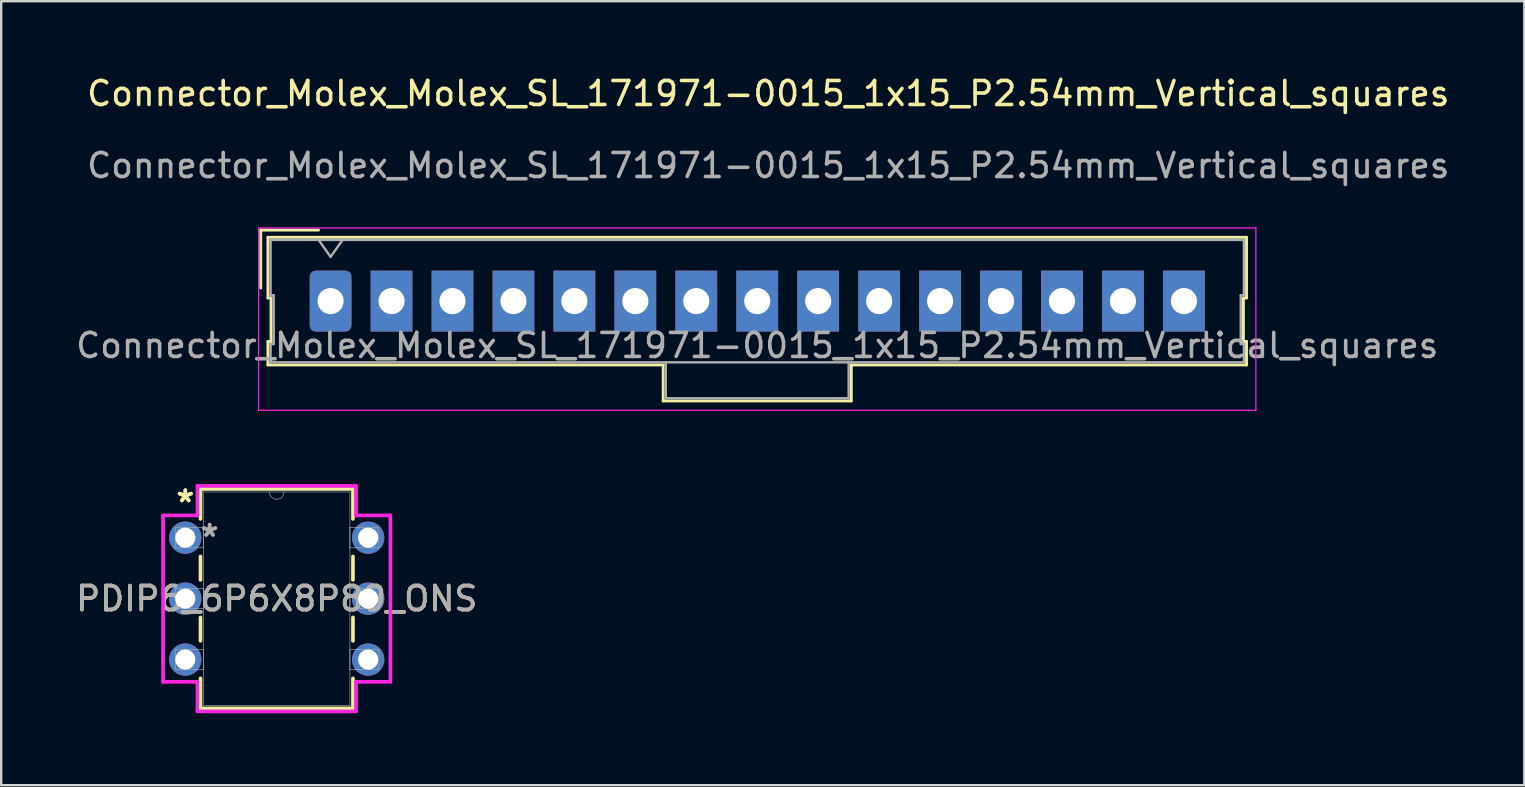
<source format=kicad_pcb>
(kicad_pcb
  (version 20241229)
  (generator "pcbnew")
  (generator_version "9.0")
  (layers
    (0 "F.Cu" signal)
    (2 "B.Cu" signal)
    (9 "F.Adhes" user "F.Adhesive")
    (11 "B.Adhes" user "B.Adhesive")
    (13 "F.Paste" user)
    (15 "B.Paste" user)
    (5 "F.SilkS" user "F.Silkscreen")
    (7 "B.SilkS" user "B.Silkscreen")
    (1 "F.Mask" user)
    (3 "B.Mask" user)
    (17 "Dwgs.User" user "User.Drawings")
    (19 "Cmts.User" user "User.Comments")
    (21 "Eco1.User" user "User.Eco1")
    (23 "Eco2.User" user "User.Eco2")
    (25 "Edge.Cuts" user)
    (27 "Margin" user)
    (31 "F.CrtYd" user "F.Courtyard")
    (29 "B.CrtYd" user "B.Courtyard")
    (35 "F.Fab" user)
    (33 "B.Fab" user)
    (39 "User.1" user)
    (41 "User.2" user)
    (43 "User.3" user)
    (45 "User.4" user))
  (footprint "PDIP6_6P6X8P89_ONS"
    (layer "F.Cu")
    (at 4.672 19.357)
    (property "Reference" "PDIP6_6P6X8P89_ONS" (at 3.81 2.54 0) (unlocked yes) (layer "F.SilkS") (effects (font (size 1 1) (thickness 0.15))))
    (attr through_hole)
    (fp_line (start 0.633 -2.032) (end 0.633 -0.782) (stroke (width 0.152) (type solid)) (layer "F.SilkS"))
    (fp_line (start 0.633 0.782) (end 0.633 1.758) (stroke (width 0.152) (type solid)) (layer "F.SilkS"))
    (fp_line (start 0.633 3.322) (end 0.633 4.298) (stroke (width 0.152) (type solid)) (layer "F.SilkS"))
    (fp_line (start 0.633 5.862) (end 0.633 7.112) (stroke (width 0.152) (type solid)) (layer "F.SilkS"))
    (fp_line (start 0.633 7.112) (end 6.987 7.112) (stroke (width 0.152) (type solid)) (layer "F.SilkS"))
    (fp_line (start 6.987 -2.032) (end 0.633 -2.032) (stroke (width 0.152) (type solid)) (layer "F.SilkS"))
    (fp_line (start 6.987 -0.782) (end 6.987 -2.032) (stroke (width 0.152) (type solid)) (layer "F.SilkS"))
    (fp_line (start 6.987 1.758) (end 6.987 0.782) (stroke (width 0.152) (type solid)) (layer "F.SilkS"))
    (fp_line (start 6.987 4.298) (end 6.987 3.322) (stroke (width 0.152) (type solid)) (layer "F.SilkS"))
    (fp_line (start 6.987 7.112) (end 6.987 5.862) (stroke (width 0.152) (type solid)) (layer "F.SilkS"))
    (fp_line (start -0.927 -0.927) (end 0.506 -0.927) (stroke (width 0.152) (type solid)) (layer "F.CrtYd"))
    (fp_line (start -0.927 6.007) (end -0.927 -0.927) (stroke (width 0.152) (type solid)) (layer "F.CrtYd"))
    (fp_line (start 0.506 -2.159) (end 7.114 -2.159) (stroke (width 0.152) (type solid)) (layer "F.CrtYd"))
    (fp_line (start 0.506 -0.927) (end 0.506 -2.159) (stroke (width 0.152) (type solid)) (layer "F.CrtYd"))
    (fp_line (start 0.506 6.007) (end -0.927 6.007) (stroke (width 0.152) (type solid)) (layer "F.CrtYd"))
    (fp_line (start 0.506 7.239) (end 0.506 6.007) (stroke (width 0.152) (type solid)) (layer "F.CrtYd"))
    (fp_line (start 7.114 -2.159) (end 7.114 -0.927) (stroke (width 0.152) (type solid)) (layer "F.CrtYd"))
    (fp_line (start 7.114 6.007) (end 7.114 7.239) (stroke (width 0.152) (type solid)) (layer "F.CrtYd"))
    (fp_line (start 7.114 7.239) (end 0.506 7.239) (stroke (width 0.152) (type solid)) (layer "F.CrtYd"))
    (fp_line (start 8.547 -0.927) (end 7.114 -0.927) (stroke (width 0.152) (type solid)) (layer "F.CrtYd"))
    (fp_line (start 8.547 -0.927) (end 8.547 6.007) (stroke (width 0.152) (type solid)) (layer "F.CrtYd"))
    (fp_line (start 8.547 6.007) (end 7.114 6.007) (stroke (width 0.152) (type solid)) (layer "F.CrtYd"))
    (fp_line (start -0.419 -0.419) (end -0.419 0.419) (stroke (width 0.025) (type solid)) (layer "F.Fab"))
    (fp_line (start -0.419 0.419) (end 0.76 0.419) (stroke (width 0.025) (type solid)) (layer "F.Fab"))
    (fp_line (start -0.419 2.121) (end -0.419 2.959) (stroke (width 0.025) (type solid)) (layer "F.Fab"))
    (fp_line (start -0.419 2.959) (end 0.76 2.959) (stroke (width 0.025) (type solid)) (layer "F.Fab"))
    (fp_line (start -0.419 4.661) (end -0.419 5.499) (stroke (width 0.025) (type solid)) (layer "F.Fab"))
    (fp_line (start -0.419 5.499) (end 0.76 5.499) (stroke (width 0.025) (type solid)) (layer "F.Fab"))
    (fp_line (start 0.76 -1.905) (end 0.76 6.985) (stroke (width 0.025) (type solid)) (layer "F.Fab"))
    (fp_line (start 0.76 -0.419) (end -0.419 -0.419) (stroke (width 0.025) (type solid)) (layer "F.Fab"))
    (fp_line (start 0.76 0.419) (end 0.76 -0.419) (stroke (width 0.025) (type solid)) (layer "F.Fab"))
    (fp_line (start 0.76 2.121) (end -0.419 2.121) (stroke (width 0.025) (type solid)) (layer "F.Fab"))
    (fp_line (start 0.76 2.959) (end 0.76 2.121) (stroke (width 0.025) (type solid)) (layer "F.Fab"))
    (fp_line (start 0.76 4.661) (end -0.419 4.661) (stroke (width 0.025) (type solid)) (layer "F.Fab"))
    (fp_line (start 0.76 5.499) (end 0.76 4.661) (stroke (width 0.025) (type solid)) (layer "F.Fab"))
    (fp_line (start 0.76 6.985) (end 6.86 6.985) (stroke (width 0.025) (type solid)) (layer "F.Fab"))
    (fp_line (start 6.86 -1.905) (end 0.76 -1.905) (stroke (width 0.025) (type solid)) (layer "F.Fab"))
    (fp_line (start 6.86 -0.419) (end 6.86 0.419) (stroke (width 0.025) (type solid)) (layer "F.Fab"))
    (fp_line (start 6.86 0.419) (end 8.039 0.419) (stroke (width 0.025) (type solid)) (layer "F.Fab"))
    (fp_line (start 6.86 2.121) (end 6.86 2.959) (stroke (width 0.025) (type solid)) (layer "F.Fab"))
    (fp_line (start 6.86 2.959) (end 8.039 2.959) (stroke (width 0.025) (type solid)) (layer "F.Fab"))
    (fp_line (start 6.86 4.661) (end 6.86 5.499) (stroke (width 0.025) (type solid)) (layer "F.Fab"))
    (fp_line (start 6.86 5.499) (end 8.039 5.499) (stroke (width 0.025) (type solid)) (layer "F.Fab"))
    (fp_line (start 6.86 6.985) (end 6.86 -1.905) (stroke (width 0.025) (type solid)) (layer "F.Fab"))
    (fp_line (start 8.039 -0.419) (end 6.86 -0.419) (stroke (width 0.025) (type solid)) (layer "F.Fab"))
    (fp_line (start 8.039 0.419) (end 8.039 -0.419) (stroke (width 0.025) (type solid)) (layer "F.Fab"))
    (fp_line (start 8.039 2.121) (end 6.86 2.121) (stroke (width 0.025) (type solid)) (layer "F.Fab"))
    (fp_line (start 8.039 2.959) (end 8.039 2.121) (stroke (width 0.025) (type solid)) (layer "F.Fab"))
    (fp_line (start 8.039 4.661) (end 6.86 4.661) (stroke (width 0.025) (type solid)) (layer "F.Fab"))
    (fp_line (start 8.039 5.499) (end 8.039 4.661) (stroke (width 0.025) (type solid)) (layer "F.Fab"))
    (fp_arc (start 4.1148 -1.905) (mid 3.81 -1.6002) (end 3.5052 -1.905) (stroke (width 0.0254) (type solid)) (layer "F.Fab"))
    (fp_text user "*" (at 0 -1.435 0) (unlocked yes) (layer "F.SilkS") (effects (font (size 1 1) (thickness 0.15))))
    (fp_text user "*" (at 0 -1.435 0) (layer "F.SilkS") (effects (font (size 1 1) (thickness 0.15))))
    (fp_text user "*" (at 1.014 0 0) (unlocked yes) (layer "F.Fab") (effects (font (size 1 1) (thickness 0.15))))
    (fp_text user "${REFERENCE}" (at 3.81 2.54 0) (unlocked yes) (layer "F.Fab") (effects (font (size 1 1) (thickness 0.15))))
    (fp_text user "*" (at 1.014 0 0) (layer "F.Fab") (effects (font (size 1 1) (thickness 0.15))))
    (pad "1" thru_hole circle (at 0 0) (size 1.346 1.346) (drill 0.838) (layers "*.Cu" "*.Mask"))
    (pad "2" thru_hole circle (at 0 2.54) (size 1.346 1.346) (drill 0.838) (layers "*.Cu" "*.Mask"))
    (pad "3" thru_hole circle (at 0 5.08) (size 1.346 1.346) (drill 0.838) (layers "*.Cu" "*.Mask"))
    (pad "4" thru_hole circle (at 7.62 5.08) (size 1.346 1.346) (drill 0.838) (layers "*.Cu" "*.Mask"))
    (pad "5" thru_hole circle (at 7.62 2.54) (size 1.346 1.346) (drill 0.838) (layers "*.Cu" "*.Mask"))
    (pad "6" thru_hole circle (at 7.62 0) (size 1.346 1.346) (drill 0.838) (layers "*.Cu" "*.Mask")))
  (footprint "Connector_Molex_Molex_SL_171971-0015_1x15_P2.54mm_Vertical_squares"
    (layer "F.Cu")
    (at 28.966 1.348)
    (property "Reference" "Connector_Molex_Molex_SL_171971-0015_1x15_P2.54mm_Vertical_squares" (at 0 -0.5 0) (unlocked yes) (layer "F.SilkS") (effects (font (size 1 1) (thickness 0.15))))
    (attr smd)
    (fp_line (start -21.15 5.19) (end -18.74 5.19) (stroke (width 0.12) (type solid)) (layer "F.SilkS"))
    (fp_line (start -21.15 7.6) (end -21.15 5.19) (stroke (width 0.12) (type solid)) (layer "F.SilkS"))
    (fp_line (start -20.85 5.49) (end -20.85 8.02) (stroke (width 0.12) (type solid)) (layer "F.SilkS"))
    (fp_line (start -20.85 8.02) (end -20.72 8.02) (stroke (width 0.12) (type solid)) (layer "F.SilkS"))
    (fp_line (start -20.85 9.83) (end -20.85 10.81) (stroke (width 0.12) (type solid)) (layer "F.SilkS"))
    (fp_line (start -20.85 10.81) (end -4.38 10.81) (stroke (width 0.12) (type solid)) (layer "F.SilkS"))
    (fp_line (start -20.72 8.02) (end -20.72 9.83) (stroke (width 0.12) (type solid)) (layer "F.SilkS"))
    (fp_line (start -20.72 9.83) (end -20.85 9.83) (stroke (width 0.12) (type solid)) (layer "F.SilkS"))
    (fp_line (start -4.38 10.81) (end -4.38 12.31) (stroke (width 0.12) (type solid)) (layer "F.SilkS"))
    (fp_line (start -4.38 12.31) (end 3.46 12.31) (stroke (width 0.12) (type solid)) (layer "F.SilkS"))
    (fp_line (start 3.46 10.81) (end 19.93 10.81) (stroke (width 0.12) (type solid)) (layer "F.SilkS"))
    (fp_line (start 3.46 12.31) (end 3.46 10.81) (stroke (width 0.12) (type solid)) (layer "F.SilkS"))
    (fp_line (start 19.8 8.02) (end 19.93 8.02) (stroke (width 0.12) (type solid)) (layer "F.SilkS"))
    (fp_line (start 19.8 9.83) (end 19.8 8.02) (stroke (width 0.12) (type solid)) (layer "F.SilkS"))
    (fp_line (start 19.93 5.49) (end -20.85 5.49) (stroke (width 0.12) (type solid)) (layer "F.SilkS"))
    (fp_line (start 19.93 8.02) (end 19.93 5.49) (stroke (width 0.12) (type solid)) (layer "F.SilkS"))
    (fp_line (start 19.93 9.83) (end 19.8 9.83) (stroke (width 0.12) (type solid)) (layer "F.SilkS"))
    (fp_line (start 19.93 10.81) (end 19.93 9.83) (stroke (width 0.12) (type solid)) (layer "F.SilkS"))
    (fp_line (start -21.24 5.1) (end -21.24 12.7) (stroke (width 0.05) (type solid)) (layer "F.CrtYd"))
    (fp_line (start -21.24 12.7) (end 20.32 12.7) (stroke (width 0.05) (type solid)) (layer "F.CrtYd"))
    (fp_line (start 20.32 5.1) (end -21.24 5.1) (stroke (width 0.05) (type solid)) (layer "F.CrtYd"))
    (fp_line (start 20.32 12.7) (end 20.32 5.1) (stroke (width 0.05) (type solid)) (layer "F.CrtYd"))
    (fp_line (start -20.74 5.6) (end -20.74 7.91) (stroke (width 0.1) (type solid)) (layer "F.Fab"))
    (fp_line (start -20.74 7.91) (end -20.61 7.91) (stroke (width 0.1) (type solid)) (layer "F.Fab"))
    (fp_line (start -20.74 9.94) (end -20.74 10.7) (stroke (width 0.1) (type solid)) (layer "F.Fab"))
    (fp_line (start -20.74 10.7) (end 19.82 10.7) (stroke (width 0.1) (type solid)) (layer "F.Fab"))
    (fp_line (start -20.61 7.91) (end -20.61 9.94) (stroke (width 0.1) (type solid)) (layer "F.Fab"))
    (fp_line (start -20.61 9.94) (end -20.74 9.94) (stroke (width 0.1) (type solid)) (layer "F.Fab"))
    (fp_line (start -18.24 6.307) (end -18.74 5.6) (stroke (width 0.1) (type solid)) (layer "F.Fab"))
    (fp_line (start -17.74 5.6) (end -18.24 6.307) (stroke (width 0.1) (type solid)) (layer "F.Fab"))
    (fp_line (start -4.27 10.7) (end -4.27 12.2) (stroke (width 0.1) (type solid)) (layer "F.Fab"))
    (fp_line (start -4.27 12.2) (end 3.35 12.2) (stroke (width 0.1) (type solid)) (layer "F.Fab"))
    (fp_line (start 3.35 12.2) (end 3.35 10.7) (stroke (width 0.1) (type solid)) (layer "F.Fab"))
    (fp_line (start 19.69 7.91) (end 19.82 7.91) (stroke (width 0.1) (type solid)) (layer "F.Fab"))
    (fp_line (start 19.69 9.94) (end 19.69 7.91) (stroke (width 0.1) (type solid)) (layer "F.Fab"))
    (fp_line (start 19.82 5.6) (end -20.74 5.6) (stroke (width 0.1) (type solid)) (layer "F.Fab"))
    (fp_line (start 19.82 7.91) (end 19.82 5.6) (stroke (width 0.1) (type solid)) (layer "F.Fab"))
    (fp_line (start 19.82 9.94) (end 19.69 9.94) (stroke (width 0.1) (type solid)) (layer "F.Fab"))
    (fp_line (start 19.82 10.7) (end 19.82 9.94) (stroke (width 0.1) (type solid)) (layer "F.Fab"))
    (fp_text user "${REFERENCE}" (at 0 2.5 0) (unlocked yes) (layer "F.Fab") (effects (font (size 1 1) (thickness 0.15))))
    (fp_text user "${REFERENCE}" (at -0.46 10 0) (layer "F.Fab") (effects (font (size 1 1) (thickness 0.15))))
    (pad "1" thru_hole roundrect (at -18.24 8.15) (size 1.74 2.54) (drill 1.09) (layers "*.Cu" "*.Mask") (roundrect_rratio 0.144))
    (pad "2" thru_hole rect (at -15.7 8.15) (size 1.74 2.54) (drill 1.09) (layers "*.Cu" "*.Mask"))
    (pad "3" thru_hole rect (at -13.16 8.15) (size 1.74 2.54) (drill 1.09) (layers "*.Cu" "*.Mask"))
    (pad "4" thru_hole rect (at -10.62 8.15) (size 1.74 2.54) (drill 1.09) (layers "*.Cu" "*.Mask"))
    (pad "5" thru_hole rect (at -8.08 8.15) (size 1.74 2.54) (drill 1.09) (layers "*.Cu" "*.Mask"))
    (pad "6" thru_hole rect (at -5.54 8.15) (size 1.74 2.54) (drill 1.09) (layers "*.Cu" "*.Mask"))
    (pad "7" thru_hole rect (at -3 8.15) (size 1.74 2.54) (drill 1.09) (layers "*.Cu" "*.Mask"))
    (pad "8" thru_hole rect (at -0.46 8.15) (size 1.74 2.54) (drill 1.09) (layers "*.Cu" "*.Mask"))
    (pad "9" thru_hole rect (at 2.08 8.15) (size 1.74 2.54) (drill 1.09) (layers "*.Cu" "*.Mask"))
    (pad "10" thru_hole rect (at 4.62 8.15) (size 1.74 2.54) (drill 1.09) (layers "*.Cu" "*.Mask"))
    (pad "11" thru_hole rect (at 7.16 8.15) (size 1.74 2.54) (drill 1.09) (layers "*.Cu" "*.Mask"))
    (pad "12" thru_hole rect (at 9.7 8.15) (size 1.74 2.54) (drill 1.09) (layers "*.Cu" "*.Mask"))
    (pad "13" thru_hole rect (at 12.24 8.15) (size 1.74 2.54) (drill 1.09) (layers "*.Cu" "*.Mask"))
    (pad "14" thru_hole rect (at 14.78 8.15) (size 1.74 2.54) (drill 1.09) (layers "*.Cu" "*.Mask"))
    (pad "15" thru_hole rect (at 17.32 8.15) (size 1.74 2.54) (drill 1.09) (layers "*.Cu" "*.Mask")))
  (gr_rect
    (start -3 -3)
    (end 60.472 29.672)
    (stroke (width 0.1) (type default))
    (fill no)
    (layer "Edge.Cuts")))
</source>
